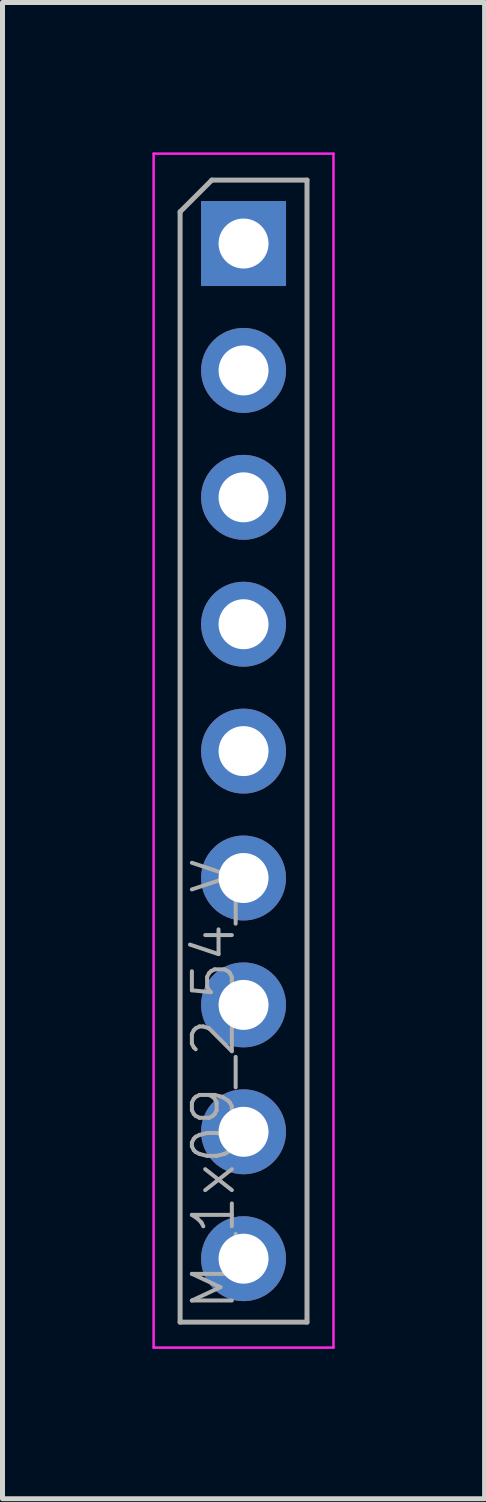
<source format=kicad_pcb>
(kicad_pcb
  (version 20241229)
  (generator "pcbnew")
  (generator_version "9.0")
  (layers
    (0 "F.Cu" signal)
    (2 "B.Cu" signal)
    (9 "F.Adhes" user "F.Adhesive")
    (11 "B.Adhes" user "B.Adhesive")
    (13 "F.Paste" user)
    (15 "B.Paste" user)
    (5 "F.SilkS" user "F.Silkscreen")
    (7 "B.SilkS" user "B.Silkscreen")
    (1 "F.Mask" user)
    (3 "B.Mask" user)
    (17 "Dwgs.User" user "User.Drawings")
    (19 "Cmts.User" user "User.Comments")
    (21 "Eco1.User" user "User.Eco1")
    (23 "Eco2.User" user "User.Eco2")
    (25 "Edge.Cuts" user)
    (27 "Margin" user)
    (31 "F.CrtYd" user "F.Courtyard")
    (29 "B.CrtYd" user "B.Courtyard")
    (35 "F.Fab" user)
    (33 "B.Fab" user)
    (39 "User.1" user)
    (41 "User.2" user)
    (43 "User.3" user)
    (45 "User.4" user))
  (footprint "M_1x09_2.54_V"
    (layer "F.Cu")
    (at 1.825 1.825)
    (property "Reference" "M_1x09_2.54_V" (at -0.6 21.4 90) (layer "F.Fab") (effects (font (size 0.8 0.8) (thickness 0.08)) (justify left)))
    (attr through_hole)
    (fp_line (start -1.8 -1.8) (end -1.8 22.1) (stroke (width 0.05) (type solid)) (layer "F.CrtYd"))
    (fp_line (start -1.8 22.1) (end 1.8 22.1) (stroke (width 0.05) (type solid)) (layer "F.CrtYd"))
    (fp_line (start 1.8 -1.8) (end -1.8 -1.8) (stroke (width 0.05) (type solid)) (layer "F.CrtYd"))
    (fp_line (start 1.8 22.1) (end 1.8 -1.8) (stroke (width 0.05) (type solid)) (layer "F.CrtYd"))
    (fp_line (start -1.27 -0.635) (end -0.635 -1.27) (stroke (width 0.1) (type solid)) (layer "F.Fab"))
    (fp_line (start -1.27 21.59) (end -1.27 -0.635) (stroke (width 0.1) (type solid)) (layer "F.Fab"))
    (fp_line (start -0.635 -1.27) (end 1.27 -1.27) (stroke (width 0.1) (type solid)) (layer "F.Fab"))
    (fp_line (start 1.27 -1.27) (end 1.27 21.59) (stroke (width 0.1) (type solid)) (layer "F.Fab"))
    (fp_line (start 1.27 21.59) (end -1.27 21.59) (stroke (width 0.1) (type solid)) (layer "F.Fab"))
    (pad "1" thru_hole rect (at 0 0) (size 1.7 1.7) (drill 1) (layers "*.Cu" "*.Mask"))
    (pad "2" thru_hole oval (at 0 2.54) (size 1.7 1.7) (drill 1) (layers "*.Cu" "*.Mask"))
    (pad "3" thru_hole oval (at 0 5.08) (size 1.7 1.7) (drill 1) (layers "*.Cu" "*.Mask"))
    (pad "4" thru_hole oval (at 0 7.62) (size 1.7 1.7) (drill 1) (layers "*.Cu" "*.Mask"))
    (pad "5" thru_hole oval (at 0 10.16) (size 1.7 1.7) (drill 1) (layers "*.Cu" "*.Mask"))
    (pad "6" thru_hole oval (at 0 12.7) (size 1.7 1.7) (drill 1) (layers "*.Cu" "*.Mask"))
    (pad "7" thru_hole oval (at 0 15.24) (size 1.7 1.7) (drill 1) (layers "*.Cu" "*.Mask"))
    (pad "8" thru_hole oval (at 0 17.78) (size 1.7 1.7) (drill 1) (layers "*.Cu" "*.Mask"))
    (pad "9" thru_hole oval (at 0 20.32) (size 1.7 1.7) (drill 1) (layers "*.Cu" "*.Mask")))
  (gr_rect
    (start -3 -3)
    (end 6.65 26.95)
    (stroke (width 0.1) (type default))
    (fill no)
    (layer "Edge.Cuts")))
</source>
